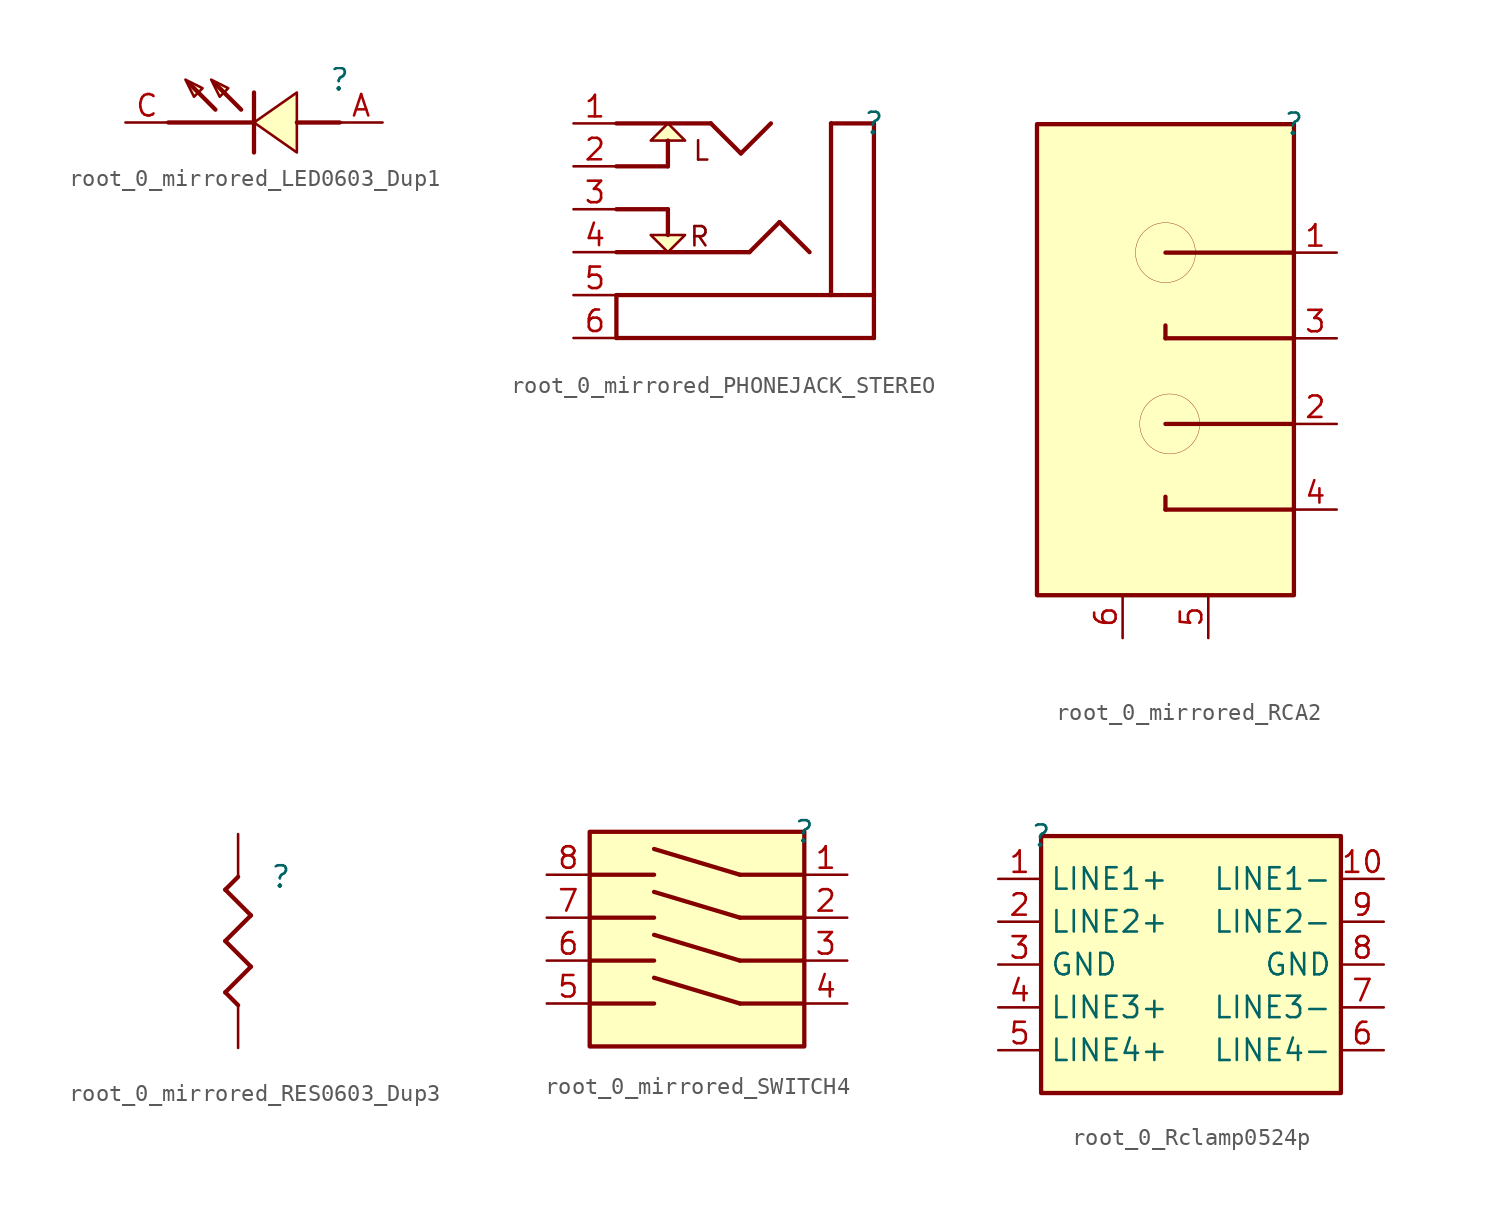
<source format=kicad_sym>
(kicad_symbol_lib
  (version 20220914)
  (generator kicad_symbol_editor)
  (symbol "root_0_mirrored_LED0603_Dup1"
    (property "Reference" ""
      (at 0 0 0)
      (effects (font (size 1.27 1.27))))
    (property "Value" ""
      (at 0 0 0)
      (effects (font (size 1.27 1.27))))
    (symbol "root_0_mirrored_LED0603_Dup1_1_0"
      (polyline (pts (xy -8.89 -0.254) (xy -7.366 -1.778)) (stroke (width 0.254) (type solid)) (fill (type none)))
      (polyline (pts (xy -7.366 -0.254) (xy -5.842 -1.778)) (stroke (width 0.254) (type solid)) (fill (type none)))
      (polyline (pts (xy -5.08 -2.54) (xy -10.16 -2.54)) (stroke (width 0.254) (type solid)) (fill (type none)))
      (polyline (pts (xy -5.08 -0.762) (xy -5.08 -4.318)) (stroke (width 0.254) (type solid)) (fill (type none)))
      (polyline (pts (xy 0 -2.54) (xy -2.54 -2.54)) (stroke (width 0.254) (type solid)) (fill (type none)))
      (polyline (pts (xy -8.128 -0.508) (xy -8.128 -0.508) (xy -9.144 0) (xy -8.636 -1.016) (xy -8.128 -0.508) (xy -8.128 -0.508)) (stroke (width 0) (type solid)) (fill (type background)))
      (polyline (pts (xy -6.604 -0.508) (xy -6.604 -0.508) (xy -7.62 0) (xy -7.112 -1.016) (xy -6.604 -0.508) (xy -6.604 -0.508)) (stroke (width 0) (type solid)) (fill (type background)))
      (polyline (pts (xy -5.08 -2.54) (xy -5.08 -2.54) (xy -2.54 -4.318) (xy -2.54 -0.762) (xy -5.08 -2.54) (xy -5.08 -2.54)) (stroke (width 0) (type solid)) (fill (type background)))
      (pin passive line (at 2.54 -2.54 180) (length 2.54) (name "ANODE" (effects (font (size 0 0)))) (number "A" (effects (font (size 1.27 1.27)))))
      (pin passive line (at -12.7 -2.54 0) (length 2.54) (name "CATHODE" (effects (font (size 0 0)))) (number "C" (effects (font (size 1.27 1.27)))))))
  (symbol "root_0_mirrored_PHONEJACK_STEREO"
    (property "Reference" ""
      (at 0 0 0)
      (effects (font (size 1.27 1.27))))
    (property "Value" ""
      (at 0 0 0)
      (effects (font (size 1.27 1.27))))
    (symbol "root_0_mirrored_PHONEJACK_STEREO_1_0"
      (polyline (pts (xy -15.24 -12.7) (xy 0 -12.7)) (stroke (width 0.254) (type solid)) (fill (type none)))
      (polyline (pts (xy -15.24 -10.16) (xy -15.24 -12.7)) (stroke (width 0.254) (type solid)) (fill (type none)))
      (polyline (pts (xy -12.192 -6.604) (xy -12.192 -5.08)) (stroke (width 0.254) (type solid)) (fill (type none)))
      (polyline (pts (xy -12.192 -5.08) (xy -15.24 -5.08)) (stroke (width 0.254) (type solid)) (fill (type none)))
      (polyline (pts (xy -12.192 -2.54) (xy -15.24 -2.54)) (stroke (width 0.254) (type solid)) (fill (type none)))
      (polyline (pts (xy -12.192 -1.016) (xy -12.192 -2.54)) (stroke (width 0.254) (type solid)) (fill (type none)))
      (polyline (pts (xy -9.652 0) (xy -15.24 0)) (stroke (width 0.254) (type solid)) (fill (type none)))
      (polyline (pts (xy -7.874 -1.778) (xy -9.652 0)) (stroke (width 0.254) (type solid)) (fill (type none)))
      (polyline (pts (xy -7.366 -7.62) (xy -15.24 -7.62)) (stroke (width 0.254) (type solid)) (fill (type none)))
      (polyline (pts (xy -7.366 -7.62) (xy -5.588 -5.842)) (stroke (width 0.254) (type solid)) (fill (type none)))
      (polyline (pts (xy -6.096 0) (xy -7.874 -1.778)) (stroke (width 0.254) (type solid)) (fill (type none)))
      (polyline (pts (xy -5.588 -5.842) (xy -3.81 -7.62)) (stroke (width 0.254) (type solid)) (fill (type none)))
      (polyline (pts (xy -2.54 0) (xy -2.54 -10.16)) (stroke (width 0.254) (type solid)) (fill (type none)))
      (polyline (pts (xy 0 -10.16) (xy -15.24 -10.16)) (stroke (width 0.254) (type solid)) (fill (type none)))
      (polyline (pts (xy 0 -10.16) (xy 0 -12.7)) (stroke (width 0.254) (type solid)) (fill (type none)))
      (polyline (pts (xy 0 -10.16) (xy 0 0)) (stroke (width 0.254) (type solid)) (fill (type none)))
      (polyline (pts (xy 0 0) (xy -2.54 0)) (stroke (width 0.254) (type solid)) (fill (type none)))
      (polyline (pts (xy -12.192 -7.62) (xy -13.208 -6.604) (xy -11.176 -6.604) (xy -12.192 -7.62) (xy -12.192 -7.62)) (stroke (width 0) (type solid)) (fill (type background)))
      (polyline (pts (xy -12.192 0) (xy -13.208 -1.016) (xy -11.176 -1.016) (xy -12.192 0) (xy -12.192 0)) (stroke (width 0) (type solid)) (fill (type background)))
      (text "L" (at -9.652 -2.286 0) (effects (font (size 1.143 1.143)) (justify right bottom)))
      (text "R" (at -9.652 -7.366 0) (effects (font (size 1.143 1.143)) (justify right bottom)))
      (pin input line (at -17.78 0 0) (length 2.54) (name "A" (effects (font (size 0 0)))) (number "1" (effects (font (size 1.27 1.27)))))
      (pin input line (at -17.78 -2.54 0) (length 2.54) (name "B" (effects (font (size 0 0)))) (number "2" (effects (font (size 1.27 1.27)))))
      (pin input line (at -17.78 -5.08 0) (length 2.54) (name "C" (effects (font (size 0 0)))) (number "3" (effects (font (size 1.27 1.27)))))
      (pin input line (at -17.78 -7.62 0) (length 2.54) (name "D" (effects (font (size 0 0)))) (number "4" (effects (font (size 1.27 1.27)))))
      (pin power_in line (at -17.78 -10.16 0) (length 2.54) (name "GND" (effects (font (size 0 0)))) (number "5" (effects (font (size 1.27 1.27)))))
      (pin power_in line (at -17.78 -12.7 0) (length 2.54) (name "GND" (effects (font (size 0 0)))) (number "6" (effects (font (size 1.27 1.27)))))))
  (symbol "root_0_mirrored_RCA2"
    (property "Reference" ""
      (at 0 0 0)
      (effects (font (size 1.27 1.27))))
    (property "Value" ""
      (at 0 0 0)
      (effects (font (size 1.27 1.27))))
    (symbol "root_0_mirrored_RCA2_1_0"
      (circle (center -7.62 -7.62) (radius 1.778) (stroke (width 0.0001) (type solid)) (fill (type color) (color 0 0 255 1)))
      (circle (center -7.366 -17.78) (radius 1.778) (stroke (width 0.0001) (type solid)) (fill (type color) (color 0 0 255 1)))
      (rectangle (start 0 0) (end -15.24 -27.94) (stroke (width 0.254) (type solid)) (fill (type background)))
      (polyline (pts (xy -7.62 -22.86) (xy 0 -22.86)) (stroke (width 0.254) (type solid)) (fill (type none)))
      (polyline (pts (xy -7.62 -22.098) (xy -7.62 -22.86)) (stroke (width 0.254) (type solid)) (fill (type none)))
      (polyline (pts (xy -7.62 -17.78) (xy 0 -17.78)) (stroke (width 0.254) (type solid)) (fill (type none)))
      (polyline (pts (xy -7.62 -12.7) (xy 0 -12.7)) (stroke (width 0.254) (type solid)) (fill (type none)))
      (polyline (pts (xy -7.62 -11.938) (xy -7.62 -12.7)) (stroke (width 0.254) (type solid)) (fill (type none)))
      (polyline (pts (xy -7.62 -7.62) (xy 0 -7.62)) (stroke (width 0.254) (type solid)) (fill (type none)))
      (pin bidirectional line (at 2.54 -7.62 180) (length 2.54) (name "1" (effects (font (size 0 0)))) (number "1" (effects (font (size 1.27 1.27)))))
      (pin bidirectional line (at 2.54 -17.78 180) (length 2.54) (name "2" (effects (font (size 0 0)))) (number "2" (effects (font (size 1.27 1.27)))))
      (pin power_in line (at 2.54 -12.7 180) (length 2.54) (name "GND" (effects (font (size 0 0)))) (number "3" (effects (font (size 1.27 1.27)))))
      (pin power_in line (at 2.54 -22.86 180) (length 2.54) (name "GND" (effects (font (size 0 0)))) (number "4" (effects (font (size 1.27 1.27)))))
      (pin power_in line (at -5.08 -30.48 90) (length 2.54) (name "GND" (effects (font (size 0 0)))) (number "5" (effects (font (size 1.27 1.27)))))
      (pin power_in line (at -10.16 -30.48 90) (length 2.54) (name "GND" (effects (font (size 0 0)))) (number "6" (effects (font (size 1.27 1.27)))))))
  (symbol "root_0_mirrored_RES0603_Dup3"
    (property "Reference" ""
      (at 0 0 0)
      (effects (font (size 1.27 1.27))))
    (property "Value" ""
      (at 0 0 0)
      (effects (font (size 1.27 1.27))))
    (symbol "root_0_mirrored_RES0603_Dup3_1_0"
      (polyline (pts (xy -3.302 -6.858) (xy -2.54 -7.62)) (stroke (width 0.254) (type solid)) (fill (type none)))
      (polyline (pts (xy -3.302 -3.81) (xy -1.778 -5.334)) (stroke (width 0.254) (type solid)) (fill (type none)))
      (polyline (pts (xy -3.302 -0.762) (xy -1.778 -2.286)) (stroke (width 0.254) (type solid)) (fill (type none)))
      (polyline (pts (xy -2.54 0) (xy -3.302 -0.762)) (stroke (width 0.254) (type solid)) (fill (type none)))
      (polyline (pts (xy -1.778 -5.334) (xy -3.302 -6.858)) (stroke (width 0.254) (type solid)) (fill (type none)))
      (polyline (pts (xy -1.778 -2.286) (xy -3.302 -3.81)) (stroke (width 0.254) (type solid)) (fill (type none)))
      (pin passive line (at -2.54 2.54 270) (length 2.54) (name "1" (effects (font (size 0 0)))) (number "1" (effects (font (size 0 0)))))
      (pin passive line (at -2.54 -10.16 90) (length 2.54) (name "2" (effects (font (size 0 0)))) (number "2" (effects (font (size 0 0)))))))
  (symbol "root_0_mirrored_SWITCH4"
    (property "Reference" ""
      (at 0 0 0)
      (effects (font (size 1.27 1.27))))
    (property "Value" ""
      (at 0 0 0)
      (effects (font (size 1.27 1.27))))
    (symbol "root_0_mirrored_SWITCH4_1_0"
      (rectangle (start 0 0) (end -12.7 -12.7) (stroke (width 0.254) (type solid)) (fill (type background)))
      (polyline (pts (xy -8.89 -10.16) (xy -12.7 -10.16)) (stroke (width 0.254) (type solid)) (fill (type none)))
      (polyline (pts (xy -8.89 -7.62) (xy -12.7 -7.62)) (stroke (width 0.254) (type solid)) (fill (type none)))
      (polyline (pts (xy -8.89 -5.08) (xy -12.7 -5.08)) (stroke (width 0.254) (type solid)) (fill (type none)))
      (polyline (pts (xy -8.89 -2.54) (xy -12.7 -2.54)) (stroke (width 0.254) (type solid)) (fill (type none)))
      (polyline (pts (xy -3.81 -10.16) (xy -8.89 -8.636)) (stroke (width 0.254) (type solid)) (fill (type none)))
      (polyline (pts (xy -3.81 -7.62) (xy -8.89 -6.096)) (stroke (width 0.254) (type solid)) (fill (type none)))
      (polyline (pts (xy -3.81 -5.08) (xy -8.89 -3.556)) (stroke (width 0.254) (type solid)) (fill (type none)))
      (polyline (pts (xy -3.81 -2.54) (xy -8.89 -1.016)) (stroke (width 0.254) (type solid)) (fill (type none)))
      (polyline (pts (xy 0 -10.16) (xy -3.81 -10.16)) (stroke (width 0.254) (type solid)) (fill (type none)))
      (polyline (pts (xy 0 -7.62) (xy -3.81 -7.62)) (stroke (width 0.254) (type solid)) (fill (type none)))
      (polyline (pts (xy 0 -5.08) (xy -3.81 -5.08)) (stroke (width 0.254) (type solid)) (fill (type none)))
      (polyline (pts (xy 0 -2.54) (xy -3.81 -2.54)) (stroke (width 0.254) (type solid)) (fill (type none)))
      (pin passive line (at 2.54 -2.54 180) (length 2.54) (name "K1+" (effects (font (size 0 0)))) (number "1" (effects (font (size 1.27 1.27)))))
      (pin passive line (at 2.54 -5.08 180) (length 2.54) (name "K2+" (effects (font (size 0 0)))) (number "2" (effects (font (size 1.27 1.27)))))
      (pin passive line (at 2.54 -7.62 180) (length 2.54) (name "K3+" (effects (font (size 0 0)))) (number "3" (effects (font (size 1.27 1.27)))))
      (pin passive line (at 2.54 -10.16 180) (length 2.54) (name "K4+" (effects (font (size 0 0)))) (number "4" (effects (font (size 1.27 1.27)))))
      (pin passive line (at -15.24 -10.16 0) (length 2.54) (name "K4-" (effects (font (size 0 0)))) (number "5" (effects (font (size 1.27 1.27)))))
      (pin passive line (at -15.24 -7.62 0) (length 2.54) (name "K3-" (effects (font (size 0 0)))) (number "6" (effects (font (size 1.27 1.27)))))
      (pin passive line (at -15.24 -5.08 0) (length 2.54) (name "K2-" (effects (font (size 0 0)))) (number "7" (effects (font (size 1.27 1.27)))))
      (pin passive line (at -15.24 -2.54 0) (length 2.54) (name "K1-" (effects (font (size 0 0)))) (number "8" (effects (font (size 1.27 1.27)))))))
  (symbol "root_0_Rclamp0524p"
    (property "Reference" ""
      (at 0 0 0)
      (effects (font (size 1.27 1.27))))
    (property "Value" ""
      (at 0 0 0)
      (effects (font (size 1.27 1.27))))
    (symbol "root_0_Rclamp0524p_1_0"
      (rectangle (start 17.78 0) (end 0 -15.24) (stroke (width 0.254) (type solid)) (fill (type background)))
      (pin passive line (at -2.54 -2.54 0) (length 2.54) (name "LINE1+" (effects (font (size 1.27 1.27)))) (number "1" (effects (font (size 1.27 1.27)))))
      (pin passive line (at 20.32 -2.54 180) (length 2.54) (name "LINE1-" (effects (font (size 1.27 1.27)))) (number "10" (effects (font (size 1.27 1.27)))))
      (pin passive line (at -2.54 -5.08 0) (length 2.54) (name "LINE2+" (effects (font (size 1.27 1.27)))) (number "2" (effects (font (size 1.27 1.27)))))
      (pin power_in line (at -2.54 -7.62 0) (length 2.54) (name "GND" (effects (font (size 1.27 1.27)))) (number "3" (effects (font (size 1.27 1.27)))))
      (pin passive line (at -2.54 -10.16 0) (length 2.54) (name "LINE3+" (effects (font (size 1.27 1.27)))) (number "4" (effects (font (size 1.27 1.27)))))
      (pin passive line (at -2.54 -12.7 0) (length 2.54) (name "LINE4+" (effects (font (size 1.27 1.27)))) (number "5" (effects (font (size 1.27 1.27)))))
      (pin passive line (at 20.32 -12.7 180) (length 2.54) (name "LINE4-" (effects (font (size 1.27 1.27)))) (number "6" (effects (font (size 1.27 1.27)))))
      (pin passive line (at 20.32 -10.16 180) (length 2.54) (name "LINE3-" (effects (font (size 1.27 1.27)))) (number "7" (effects (font (size 1.27 1.27)))))
      (pin power_in line (at 20.32 -7.62 180) (length 2.54) (name "GND" (effects (font (size 1.27 1.27)))) (number "8" (effects (font (size 1.27 1.27)))))
      (pin passive line (at 20.32 -5.08 180) (length 2.54) (name "LINE2-" (effects (font (size 1.27 1.27)))) (number "9" (effects (font (size 1.27 1.27))))))))
</source>
